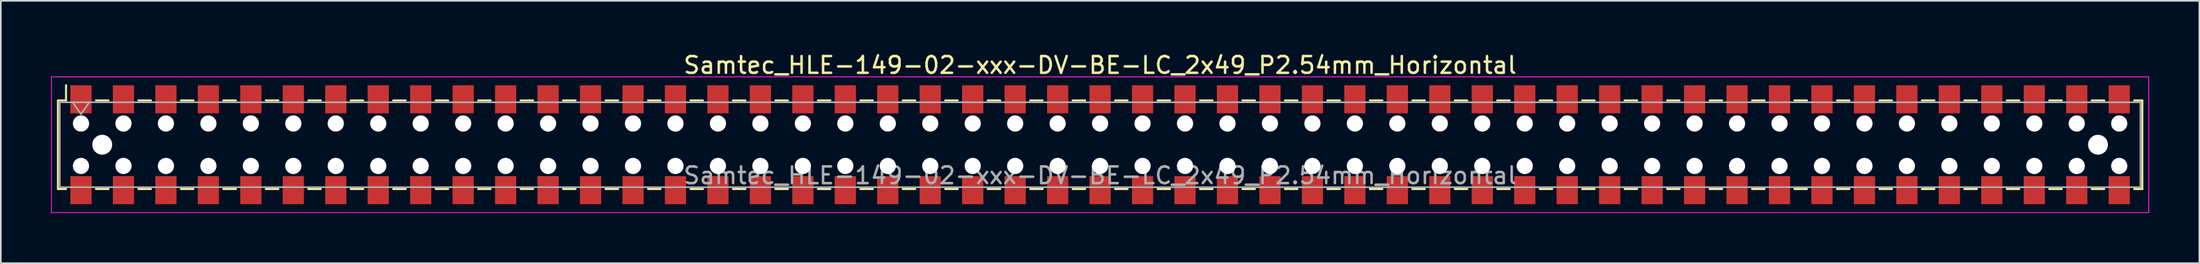
<source format=kicad_pcb>
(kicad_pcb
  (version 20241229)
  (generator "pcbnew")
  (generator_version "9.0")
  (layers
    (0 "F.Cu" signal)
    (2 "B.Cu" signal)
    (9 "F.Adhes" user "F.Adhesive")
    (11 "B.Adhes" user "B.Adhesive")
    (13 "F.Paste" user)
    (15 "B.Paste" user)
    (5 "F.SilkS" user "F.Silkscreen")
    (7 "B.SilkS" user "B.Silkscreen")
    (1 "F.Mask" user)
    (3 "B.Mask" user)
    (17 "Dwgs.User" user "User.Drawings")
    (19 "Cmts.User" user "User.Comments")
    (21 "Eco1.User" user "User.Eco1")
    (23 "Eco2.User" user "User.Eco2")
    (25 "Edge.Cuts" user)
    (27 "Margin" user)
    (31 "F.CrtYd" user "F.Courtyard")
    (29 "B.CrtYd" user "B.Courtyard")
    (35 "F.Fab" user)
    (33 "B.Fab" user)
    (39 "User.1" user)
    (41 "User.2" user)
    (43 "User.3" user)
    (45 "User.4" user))
  (footprint "Samtec_HLE-149-02-xxx-DV-BE-LC_2x49_P2.54mm_Horizontal"
    (layer "F.Cu")
    (at 62.755 5.608)
    (property "Reference" "Samtec_HLE-149-02-xxx-DV-BE-LC_2x49_P2.54mm_Horizontal" (at 0 -4.76 0) (layer "F.SilkS") (effects (font (size 1 1) (thickness 0.15))))
    (attr smd)
    (fp_line (start -62.34 -2.65) (end -62.34 2.65) (stroke (width 0.12) (type solid)) (layer "F.SilkS"))
    (fp_line (start -62.34 2.65) (end -61.855 2.65) (stroke (width 0.12) (type solid)) (layer "F.SilkS"))
    (fp_line (start -61.855 -3.56) (end -61.855 -2.65) (stroke (width 0.12) (type solid)) (layer "F.SilkS"))
    (fp_line (start -61.855 -2.65) (end -62.34 -2.65) (stroke (width 0.12) (type solid)) (layer "F.SilkS"))
    (fp_line (start -60.065 -2.65) (end -59.315 -2.65) (stroke (width 0.12) (type solid)) (layer "F.SilkS"))
    (fp_line (start -60.065 2.65) (end -59.315 2.65) (stroke (width 0.12) (type solid)) (layer "F.SilkS"))
    (fp_line (start -57.525 -2.65) (end -56.775 -2.65) (stroke (width 0.12) (type solid)) (layer "F.SilkS"))
    (fp_line (start -57.525 2.65) (end -56.775 2.65) (stroke (width 0.12) (type solid)) (layer "F.SilkS"))
    (fp_line (start -54.985 -2.65) (end -54.235 -2.65) (stroke (width 0.12) (type solid)) (layer "F.SilkS"))
    (fp_line (start -54.985 2.65) (end -54.235 2.65) (stroke (width 0.12) (type solid)) (layer "F.SilkS"))
    (fp_line (start -52.445 -2.65) (end -51.695 -2.65) (stroke (width 0.12) (type solid)) (layer "F.SilkS"))
    (fp_line (start -52.445 2.65) (end -51.695 2.65) (stroke (width 0.12) (type solid)) (layer "F.SilkS"))
    (fp_line (start -49.905 -2.65) (end -49.155 -2.65) (stroke (width 0.12) (type solid)) (layer "F.SilkS"))
    (fp_line (start -49.905 2.65) (end -49.155 2.65) (stroke (width 0.12) (type solid)) (layer "F.SilkS"))
    (fp_line (start -47.365 -2.65) (end -46.615 -2.65) (stroke (width 0.12) (type solid)) (layer "F.SilkS"))
    (fp_line (start -47.365 2.65) (end -46.615 2.65) (stroke (width 0.12) (type solid)) (layer "F.SilkS"))
    (fp_line (start -44.825 -2.65) (end -44.075 -2.65) (stroke (width 0.12) (type solid)) (layer "F.SilkS"))
    (fp_line (start -44.825 2.65) (end -44.075 2.65) (stroke (width 0.12) (type solid)) (layer "F.SilkS"))
    (fp_line (start -42.285 -2.65) (end -41.535 -2.65) (stroke (width 0.12) (type solid)) (layer "F.SilkS"))
    (fp_line (start -42.285 2.65) (end -41.535 2.65) (stroke (width 0.12) (type solid)) (layer "F.SilkS"))
    (fp_line (start -39.745 -2.65) (end -38.995 -2.65) (stroke (width 0.12) (type solid)) (layer "F.SilkS"))
    (fp_line (start -39.745 2.65) (end -38.995 2.65) (stroke (width 0.12) (type solid)) (layer "F.SilkS"))
    (fp_line (start -37.205 -2.65) (end -36.455 -2.65) (stroke (width 0.12) (type solid)) (layer "F.SilkS"))
    (fp_line (start -37.205 2.65) (end -36.455 2.65) (stroke (width 0.12) (type solid)) (layer "F.SilkS"))
    (fp_line (start -34.665 -2.65) (end -33.915 -2.65) (stroke (width 0.12) (type solid)) (layer "F.SilkS"))
    (fp_line (start -34.665 2.65) (end -33.915 2.65) (stroke (width 0.12) (type solid)) (layer "F.SilkS"))
    (fp_line (start -32.125 -2.65) (end -31.375 -2.65) (stroke (width 0.12) (type solid)) (layer "F.SilkS"))
    (fp_line (start -32.125 2.65) (end -31.375 2.65) (stroke (width 0.12) (type solid)) (layer "F.SilkS"))
    (fp_line (start -29.585 -2.65) (end -28.835 -2.65) (stroke (width 0.12) (type solid)) (layer "F.SilkS"))
    (fp_line (start -29.585 2.65) (end -28.835 2.65) (stroke (width 0.12) (type solid)) (layer "F.SilkS"))
    (fp_line (start -27.045 -2.65) (end -26.295 -2.65) (stroke (width 0.12) (type solid)) (layer "F.SilkS"))
    (fp_line (start -27.045 2.65) (end -26.295 2.65) (stroke (width 0.12) (type solid)) (layer "F.SilkS"))
    (fp_line (start -24.505 -2.65) (end -23.755 -2.65) (stroke (width 0.12) (type solid)) (layer "F.SilkS"))
    (fp_line (start -24.505 2.65) (end -23.755 2.65) (stroke (width 0.12) (type solid)) (layer "F.SilkS"))
    (fp_line (start -21.965 -2.65) (end -21.215 -2.65) (stroke (width 0.12) (type solid)) (layer "F.SilkS"))
    (fp_line (start -21.965 2.65) (end -21.215 2.65) (stroke (width 0.12) (type solid)) (layer "F.SilkS"))
    (fp_line (start -19.425 -2.65) (end -18.675 -2.65) (stroke (width 0.12) (type solid)) (layer "F.SilkS"))
    (fp_line (start -19.425 2.65) (end -18.675 2.65) (stroke (width 0.12) (type solid)) (layer "F.SilkS"))
    (fp_line (start -16.885 -2.65) (end -16.135 -2.65) (stroke (width 0.12) (type solid)) (layer "F.SilkS"))
    (fp_line (start -16.885 2.65) (end -16.135 2.65) (stroke (width 0.12) (type solid)) (layer "F.SilkS"))
    (fp_line (start -14.345 -2.65) (end -13.595 -2.65) (stroke (width 0.12) (type solid)) (layer "F.SilkS"))
    (fp_line (start -14.345 2.65) (end -13.595 2.65) (stroke (width 0.12) (type solid)) (layer "F.SilkS"))
    (fp_line (start -11.805 -2.65) (end -11.055 -2.65) (stroke (width 0.12) (type solid)) (layer "F.SilkS"))
    (fp_line (start -11.805 2.65) (end -11.055 2.65) (stroke (width 0.12) (type solid)) (layer "F.SilkS"))
    (fp_line (start -9.265 -2.65) (end -8.515 -2.65) (stroke (width 0.12) (type solid)) (layer "F.SilkS"))
    (fp_line (start -9.265 2.65) (end -8.515 2.65) (stroke (width 0.12) (type solid)) (layer "F.SilkS"))
    (fp_line (start -6.725 -2.65) (end -5.975 -2.65) (stroke (width 0.12) (type solid)) (layer "F.SilkS"))
    (fp_line (start -6.725 2.65) (end -5.975 2.65) (stroke (width 0.12) (type solid)) (layer "F.SilkS"))
    (fp_line (start -4.185 -2.65) (end -3.435 -2.65) (stroke (width 0.12) (type solid)) (layer "F.SilkS"))
    (fp_line (start -4.185 2.65) (end -3.435 2.65) (stroke (width 0.12) (type solid)) (layer "F.SilkS"))
    (fp_line (start -1.645 -2.65) (end -0.895 -2.65) (stroke (width 0.12) (type solid)) (layer "F.SilkS"))
    (fp_line (start -1.645 2.65) (end -0.895 2.65) (stroke (width 0.12) (type solid)) (layer "F.SilkS"))
    (fp_line (start 0.895 -2.65) (end 1.645 -2.65) (stroke (width 0.12) (type solid)) (layer "F.SilkS"))
    (fp_line (start 0.895 2.65) (end 1.645 2.65) (stroke (width 0.12) (type solid)) (layer "F.SilkS"))
    (fp_line (start 3.435 -2.65) (end 4.185 -2.65) (stroke (width 0.12) (type solid)) (layer "F.SilkS"))
    (fp_line (start 3.435 2.65) (end 4.185 2.65) (stroke (width 0.12) (type solid)) (layer "F.SilkS"))
    (fp_line (start 5.975 -2.65) (end 6.725 -2.65) (stroke (width 0.12) (type solid)) (layer "F.SilkS"))
    (fp_line (start 5.975 2.65) (end 6.725 2.65) (stroke (width 0.12) (type solid)) (layer "F.SilkS"))
    (fp_line (start 8.515 -2.65) (end 9.265 -2.65) (stroke (width 0.12) (type solid)) (layer "F.SilkS"))
    (fp_line (start 8.515 2.65) (end 9.265 2.65) (stroke (width 0.12) (type solid)) (layer "F.SilkS"))
    (fp_line (start 11.055 -2.65) (end 11.805 -2.65) (stroke (width 0.12) (type solid)) (layer "F.SilkS"))
    (fp_line (start 11.055 2.65) (end 11.805 2.65) (stroke (width 0.12) (type solid)) (layer "F.SilkS"))
    (fp_line (start 13.595 -2.65) (end 14.345 -2.65) (stroke (width 0.12) (type solid)) (layer "F.SilkS"))
    (fp_line (start 13.595 2.65) (end 14.345 2.65) (stroke (width 0.12) (type solid)) (layer "F.SilkS"))
    (fp_line (start 16.135 -2.65) (end 16.885 -2.65) (stroke (width 0.12) (type solid)) (layer "F.SilkS"))
    (fp_line (start 16.135 2.65) (end 16.885 2.65) (stroke (width 0.12) (type solid)) (layer "F.SilkS"))
    (fp_line (start 18.675 -2.65) (end 19.425 -2.65) (stroke (width 0.12) (type solid)) (layer "F.SilkS"))
    (fp_line (start 18.675 2.65) (end 19.425 2.65) (stroke (width 0.12) (type solid)) (layer "F.SilkS"))
    (fp_line (start 21.215 -2.65) (end 21.965 -2.65) (stroke (width 0.12) (type solid)) (layer "F.SilkS"))
    (fp_line (start 21.215 2.65) (end 21.965 2.65) (stroke (width 0.12) (type solid)) (layer "F.SilkS"))
    (fp_line (start 23.755 -2.65) (end 24.505 -2.65) (stroke (width 0.12) (type solid)) (layer "F.SilkS"))
    (fp_line (start 23.755 2.65) (end 24.505 2.65) (stroke (width 0.12) (type solid)) (layer "F.SilkS"))
    (fp_line (start 26.295 -2.65) (end 27.045 -2.65) (stroke (width 0.12) (type solid)) (layer "F.SilkS"))
    (fp_line (start 26.295 2.65) (end 27.045 2.65) (stroke (width 0.12) (type solid)) (layer "F.SilkS"))
    (fp_line (start 28.835 -2.65) (end 29.585 -2.65) (stroke (width 0.12) (type solid)) (layer "F.SilkS"))
    (fp_line (start 28.835 2.65) (end 29.585 2.65) (stroke (width 0.12) (type solid)) (layer "F.SilkS"))
    (fp_line (start 31.375 -2.65) (end 32.125 -2.65) (stroke (width 0.12) (type solid)) (layer "F.SilkS"))
    (fp_line (start 31.375 2.65) (end 32.125 2.65) (stroke (width 0.12) (type solid)) (layer "F.SilkS"))
    (fp_line (start 33.915 -2.65) (end 34.665 -2.65) (stroke (width 0.12) (type solid)) (layer "F.SilkS"))
    (fp_line (start 33.915 2.65) (end 34.665 2.65) (stroke (width 0.12) (type solid)) (layer "F.SilkS"))
    (fp_line (start 36.455 -2.65) (end 37.205 -2.65) (stroke (width 0.12) (type solid)) (layer "F.SilkS"))
    (fp_line (start 36.455 2.65) (end 37.205 2.65) (stroke (width 0.12) (type solid)) (layer "F.SilkS"))
    (fp_line (start 38.995 -2.65) (end 39.745 -2.65) (stroke (width 0.12) (type solid)) (layer "F.SilkS"))
    (fp_line (start 38.995 2.65) (end 39.745 2.65) (stroke (width 0.12) (type solid)) (layer "F.SilkS"))
    (fp_line (start 41.535 -2.65) (end 42.285 -2.65) (stroke (width 0.12) (type solid)) (layer "F.SilkS"))
    (fp_line (start 41.535 2.65) (end 42.285 2.65) (stroke (width 0.12) (type solid)) (layer "F.SilkS"))
    (fp_line (start 44.075 -2.65) (end 44.825 -2.65) (stroke (width 0.12) (type solid)) (layer "F.SilkS"))
    (fp_line (start 44.075 2.65) (end 44.825 2.65) (stroke (width 0.12) (type solid)) (layer "F.SilkS"))
    (fp_line (start 46.615 -2.65) (end 47.365 -2.65) (stroke (width 0.12) (type solid)) (layer "F.SilkS"))
    (fp_line (start 46.615 2.65) (end 47.365 2.65) (stroke (width 0.12) (type solid)) (layer "F.SilkS"))
    (fp_line (start 49.155 -2.65) (end 49.905 -2.65) (stroke (width 0.12) (type solid)) (layer "F.SilkS"))
    (fp_line (start 49.155 2.65) (end 49.905 2.65) (stroke (width 0.12) (type solid)) (layer "F.SilkS"))
    (fp_line (start 51.695 -2.65) (end 52.445 -2.65) (stroke (width 0.12) (type solid)) (layer "F.SilkS"))
    (fp_line (start 51.695 2.65) (end 52.445 2.65) (stroke (width 0.12) (type solid)) (layer "F.SilkS"))
    (fp_line (start 54.235 -2.65) (end 54.985 -2.65) (stroke (width 0.12) (type solid)) (layer "F.SilkS"))
    (fp_line (start 54.235 2.65) (end 54.985 2.65) (stroke (width 0.12) (type solid)) (layer "F.SilkS"))
    (fp_line (start 56.775 -2.65) (end 57.525 -2.65) (stroke (width 0.12) (type solid)) (layer "F.SilkS"))
    (fp_line (start 56.775 2.65) (end 57.525 2.65) (stroke (width 0.12) (type solid)) (layer "F.SilkS"))
    (fp_line (start 59.315 -2.65) (end 60.065 -2.65) (stroke (width 0.12) (type solid)) (layer "F.SilkS"))
    (fp_line (start 59.315 2.65) (end 60.065 2.65) (stroke (width 0.12) (type solid)) (layer "F.SilkS"))
    (fp_line (start 61.855 -2.65) (end 62.34 -2.65) (stroke (width 0.12) (type solid)) (layer "F.SilkS"))
    (fp_line (start 62.34 -2.65) (end 62.34 2.65) (stroke (width 0.12) (type solid)) (layer "F.SilkS"))
    (fp_line (start 62.34 2.65) (end 61.855 2.65) (stroke (width 0.12) (type solid)) (layer "F.SilkS"))
    (fp_line (start -62.73 -4.06) (end 62.73 -4.06) (stroke (width 0.05) (type solid)) (layer "F.CrtYd"))
    (fp_line (start -62.73 4.06) (end -62.73 -4.06) (stroke (width 0.05) (type solid)) (layer "F.CrtYd"))
    (fp_line (start 62.73 -4.06) (end 62.73 4.06) (stroke (width 0.05) (type solid)) (layer "F.CrtYd"))
    (fp_line (start 62.73 4.06) (end -62.73 4.06) (stroke (width 0.05) (type solid)) (layer "F.CrtYd"))
    (fp_line (start -62.23 -2.54) (end 62.23 -2.54) (stroke (width 0.1) (type solid)) (layer "F.Fab"))
    (fp_line (start -62.23 2.54) (end -62.23 -2.54) (stroke (width 0.1) (type solid)) (layer "F.Fab"))
    (fp_line (start -61.46 -2.54) (end -60.96 -1.833) (stroke (width 0.1) (type solid)) (layer "F.Fab"))
    (fp_line (start -60.96 -1.833) (end -60.46 -2.54) (stroke (width 0.1) (type solid)) (layer "F.Fab"))
    (fp_line (start 62.23 -2.54) (end 62.23 2.54) (stroke (width 0.1) (type solid)) (layer "F.Fab"))
    (fp_line (start 62.23 2.54) (end -62.23 2.54) (stroke (width 0.1) (type solid)) (layer "F.Fab"))
    (fp_text user "${REFERENCE}" (at 0 1.84 0) (layer "F.Fab") (effects (font (size 1 1) (thickness 0.15))))
    (pad "" np_thru_hole circle (at -60.96 -1.27) (size 0.97 0.97) (drill 0.97) (layers "*.Cu" "*.Mask"))
    (pad "" np_thru_hole circle (at -60.96 1.27) (size 0.97 0.97) (drill 0.97) (layers "*.Cu" "*.Mask"))
    (pad "" np_thru_hole circle (at -59.69 0) (size 1.19 1.19) (drill 1.19) (layers "*.Cu" "*.Mask"))
    (pad "" np_thru_hole circle (at -58.42 -1.27) (size 0.97 0.97) (drill 0.97) (layers "*.Cu" "*.Mask"))
    (pad "" np_thru_hole circle (at -58.42 1.27) (size 0.97 0.97) (drill 0.97) (layers "*.Cu" "*.Mask"))
    (pad "" np_thru_hole circle (at -55.88 -1.27) (size 0.97 0.97) (drill 0.97) (layers "*.Cu" "*.Mask"))
    (pad "" np_thru_hole circle (at -55.88 1.27) (size 0.97 0.97) (drill 0.97) (layers "*.Cu" "*.Mask"))
    (pad "" np_thru_hole circle (at -53.34 -1.27) (size 0.97 0.97) (drill 0.97) (layers "*.Cu" "*.Mask"))
    (pad "" np_thru_hole circle (at -53.34 1.27) (size 0.97 0.97) (drill 0.97) (layers "*.Cu" "*.Mask"))
    (pad "" np_thru_hole circle (at -50.8 -1.27) (size 0.97 0.97) (drill 0.97) (layers "*.Cu" "*.Mask"))
    (pad "" np_thru_hole circle (at -50.8 1.27) (size 0.97 0.97) (drill 0.97) (layers "*.Cu" "*.Mask"))
    (pad "" np_thru_hole circle (at -48.26 -1.27) (size 0.97 0.97) (drill 0.97) (layers "*.Cu" "*.Mask"))
    (pad "" np_thru_hole circle (at -48.26 1.27) (size 0.97 0.97) (drill 0.97) (layers "*.Cu" "*.Mask"))
    (pad "" np_thru_hole circle (at -45.72 -1.27) (size 0.97 0.97) (drill 0.97) (layers "*.Cu" "*.Mask"))
    (pad "" np_thru_hole circle (at -45.72 1.27) (size 0.97 0.97) (drill 0.97) (layers "*.Cu" "*.Mask"))
    (pad "" np_thru_hole circle (at -43.18 -1.27) (size 0.97 0.97) (drill 0.97) (layers "*.Cu" "*.Mask"))
    (pad "" np_thru_hole circle (at -43.18 1.27) (size 0.97 0.97) (drill 0.97) (layers "*.Cu" "*.Mask"))
    (pad "" np_thru_hole circle (at -40.64 -1.27) (size 0.97 0.97) (drill 0.97) (layers "*.Cu" "*.Mask"))
    (pad "" np_thru_hole circle (at -40.64 1.27) (size 0.97 0.97) (drill 0.97) (layers "*.Cu" "*.Mask"))
    (pad "" np_thru_hole circle (at -38.1 -1.27) (size 0.97 0.97) (drill 0.97) (layers "*.Cu" "*.Mask"))
    (pad "" np_thru_hole circle (at -38.1 1.27) (size 0.97 0.97) (drill 0.97) (layers "*.Cu" "*.Mask"))
    (pad "" np_thru_hole circle (at -35.56 -1.27) (size 0.97 0.97) (drill 0.97) (layers "*.Cu" "*.Mask"))
    (pad "" np_thru_hole circle (at -35.56 1.27) (size 0.97 0.97) (drill 0.97) (layers "*.Cu" "*.Mask"))
    (pad "" np_thru_hole circle (at -33.02 -1.27) (size 0.97 0.97) (drill 0.97) (layers "*.Cu" "*.Mask"))
    (pad "" np_thru_hole circle (at -33.02 1.27) (size 0.97 0.97) (drill 0.97) (layers "*.Cu" "*.Mask"))
    (pad "" np_thru_hole circle (at -30.48 -1.27) (size 0.97 0.97) (drill 0.97) (layers "*.Cu" "*.Mask"))
    (pad "" np_thru_hole circle (at -30.48 1.27) (size 0.97 0.97) (drill 0.97) (layers "*.Cu" "*.Mask"))
    (pad "" np_thru_hole circle (at -27.94 -1.27) (size 0.97 0.97) (drill 0.97) (layers "*.Cu" "*.Mask"))
    (pad "" np_thru_hole circle (at -27.94 1.27) (size 0.97 0.97) (drill 0.97) (layers "*.Cu" "*.Mask"))
    (pad "" np_thru_hole circle (at -25.4 -1.27) (size 0.97 0.97) (drill 0.97) (layers "*.Cu" "*.Mask"))
    (pad "" np_thru_hole circle (at -25.4 1.27) (size 0.97 0.97) (drill 0.97) (layers "*.Cu" "*.Mask"))
    (pad "" np_thru_hole circle (at -22.86 -1.27) (size 0.97 0.97) (drill 0.97) (layers "*.Cu" "*.Mask"))
    (pad "" np_thru_hole circle (at -22.86 1.27) (size 0.97 0.97) (drill 0.97) (layers "*.Cu" "*.Mask"))
    (pad "" np_thru_hole circle (at -20.32 -1.27) (size 0.97 0.97) (drill 0.97) (layers "*.Cu" "*.Mask"))
    (pad "" np_thru_hole circle (at -20.32 1.27) (size 0.97 0.97) (drill 0.97) (layers "*.Cu" "*.Mask"))
    (pad "" np_thru_hole circle (at -17.78 -1.27) (size 0.97 0.97) (drill 0.97) (layers "*.Cu" "*.Mask"))
    (pad "" np_thru_hole circle (at -17.78 1.27) (size 0.97 0.97) (drill 0.97) (layers "*.Cu" "*.Mask"))
    (pad "" np_thru_hole circle (at -15.24 -1.27) (size 0.97 0.97) (drill 0.97) (layers "*.Cu" "*.Mask"))
    (pad "" np_thru_hole circle (at -15.24 1.27) (size 0.97 0.97) (drill 0.97) (layers "*.Cu" "*.Mask"))
    (pad "" np_thru_hole circle (at -12.7 -1.27) (size 0.97 0.97) (drill 0.97) (layers "*.Cu" "*.Mask"))
    (pad "" np_thru_hole circle (at -12.7 1.27) (size 0.97 0.97) (drill 0.97) (layers "*.Cu" "*.Mask"))
    (pad "" np_thru_hole circle (at -10.16 -1.27) (size 0.97 0.97) (drill 0.97) (layers "*.Cu" "*.Mask"))
    (pad "" np_thru_hole circle (at -10.16 1.27) (size 0.97 0.97) (drill 0.97) (layers "*.Cu" "*.Mask"))
    (pad "" np_thru_hole circle (at -7.62 -1.27) (size 0.97 0.97) (drill 0.97) (layers "*.Cu" "*.Mask"))
    (pad "" np_thru_hole circle (at -7.62 1.27) (size 0.97 0.97) (drill 0.97) (layers "*.Cu" "*.Mask"))
    (pad "" np_thru_hole circle (at -5.08 -1.27) (size 0.97 0.97) (drill 0.97) (layers "*.Cu" "*.Mask"))
    (pad "" np_thru_hole circle (at -5.08 1.27) (size 0.97 0.97) (drill 0.97) (layers "*.Cu" "*.Mask"))
    (pad "" np_thru_hole circle (at -2.54 -1.27) (size 0.97 0.97) (drill 0.97) (layers "*.Cu" "*.Mask"))
    (pad "" np_thru_hole circle (at -2.54 1.27) (size 0.97 0.97) (drill 0.97) (layers "*.Cu" "*.Mask"))
    (pad "" np_thru_hole circle (at 0 -1.27) (size 0.97 0.97) (drill 0.97) (layers "*.Cu" "*.Mask"))
    (pad "" np_thru_hole circle (at 0 1.27) (size 0.97 0.97) (drill 0.97) (layers "*.Cu" "*.Mask"))
    (pad "" np_thru_hole circle (at 2.54 -1.27) (size 0.97 0.97) (drill 0.97) (layers "*.Cu" "*.Mask"))
    (pad "" np_thru_hole circle (at 2.54 1.27) (size 0.97 0.97) (drill 0.97) (layers "*.Cu" "*.Mask"))
    (pad "" np_thru_hole circle (at 5.08 -1.27) (size 0.97 0.97) (drill 0.97) (layers "*.Cu" "*.Mask"))
    (pad "" np_thru_hole circle (at 5.08 1.27) (size 0.97 0.97) (drill 0.97) (layers "*.Cu" "*.Mask"))
    (pad "" np_thru_hole circle (at 7.62 -1.27) (size 0.97 0.97) (drill 0.97) (layers "*.Cu" "*.Mask"))
    (pad "" np_thru_hole circle (at 7.62 1.27) (size 0.97 0.97) (drill 0.97) (layers "*.Cu" "*.Mask"))
    (pad "" np_thru_hole circle (at 10.16 -1.27) (size 0.97 0.97) (drill 0.97) (layers "*.Cu" "*.Mask"))
    (pad "" np_thru_hole circle (at 10.16 1.27) (size 0.97 0.97) (drill 0.97) (layers "*.Cu" "*.Mask"))
    (pad "" np_thru_hole circle (at 12.7 -1.27) (size 0.97 0.97) (drill 0.97) (layers "*.Cu" "*.Mask"))
    (pad "" np_thru_hole circle (at 12.7 1.27) (size 0.97 0.97) (drill 0.97) (layers "*.Cu" "*.Mask"))
    (pad "" np_thru_hole circle (at 15.24 -1.27) (size 0.97 0.97) (drill 0.97) (layers "*.Cu" "*.Mask"))
    (pad "" np_thru_hole circle (at 15.24 1.27) (size 0.97 0.97) (drill 0.97) (layers "*.Cu" "*.Mask"))
    (pad "" np_thru_hole circle (at 17.78 -1.27) (size 0.97 0.97) (drill 0.97) (layers "*.Cu" "*.Mask"))
    (pad "" np_thru_hole circle (at 17.78 1.27) (size 0.97 0.97) (drill 0.97) (layers "*.Cu" "*.Mask"))
    (pad "" np_thru_hole circle (at 20.32 -1.27) (size 0.97 0.97) (drill 0.97) (layers "*.Cu" "*.Mask"))
    (pad "" np_thru_hole circle (at 20.32 1.27) (size 0.97 0.97) (drill 0.97) (layers "*.Cu" "*.Mask"))
    (pad "" np_thru_hole circle (at 22.86 -1.27) (size 0.97 0.97) (drill 0.97) (layers "*.Cu" "*.Mask"))
    (pad "" np_thru_hole circle (at 22.86 1.27) (size 0.97 0.97) (drill 0.97) (layers "*.Cu" "*.Mask"))
    (pad "" np_thru_hole circle (at 25.4 -1.27) (size 0.97 0.97) (drill 0.97) (layers "*.Cu" "*.Mask"))
    (pad "" np_thru_hole circle (at 25.4 1.27) (size 0.97 0.97) (drill 0.97) (layers "*.Cu" "*.Mask"))
    (pad "" np_thru_hole circle (at 27.94 -1.27) (size 0.97 0.97) (drill 0.97) (layers "*.Cu" "*.Mask"))
    (pad "" np_thru_hole circle (at 27.94 1.27) (size 0.97 0.97) (drill 0.97) (layers "*.Cu" "*.Mask"))
    (pad "" np_thru_hole circle (at 30.48 -1.27) (size 0.97 0.97) (drill 0.97) (layers "*.Cu" "*.Mask"))
    (pad "" np_thru_hole circle (at 30.48 1.27) (size 0.97 0.97) (drill 0.97) (layers "*.Cu" "*.Mask"))
    (pad "" np_thru_hole circle (at 33.02 -1.27) (size 0.97 0.97) (drill 0.97) (layers "*.Cu" "*.Mask"))
    (pad "" np_thru_hole circle (at 33.02 1.27) (size 0.97 0.97) (drill 0.97) (layers "*.Cu" "*.Mask"))
    (pad "" np_thru_hole circle (at 35.56 -1.27) (size 0.97 0.97) (drill 0.97) (layers "*.Cu" "*.Mask"))
    (pad "" np_thru_hole circle (at 35.56 1.27) (size 0.97 0.97) (drill 0.97) (layers "*.Cu" "*.Mask"))
    (pad "" np_thru_hole circle (at 38.1 -1.27) (size 0.97 0.97) (drill 0.97) (layers "*.Cu" "*.Mask"))
    (pad "" np_thru_hole circle (at 38.1 1.27) (size 0.97 0.97) (drill 0.97) (layers "*.Cu" "*.Mask"))
    (pad "" np_thru_hole circle (at 40.64 -1.27) (size 0.97 0.97) (drill 0.97) (layers "*.Cu" "*.Mask"))
    (pad "" np_thru_hole circle (at 40.64 1.27) (size 0.97 0.97) (drill 0.97) (layers "*.Cu" "*.Mask"))
    (pad "" np_thru_hole circle (at 43.18 -1.27) (size 0.97 0.97) (drill 0.97) (layers "*.Cu" "*.Mask"))
    (pad "" np_thru_hole circle (at 43.18 1.27) (size 0.97 0.97) (drill 0.97) (layers "*.Cu" "*.Mask"))
    (pad "" np_thru_hole circle (at 45.72 -1.27) (size 0.97 0.97) (drill 0.97) (layers "*.Cu" "*.Mask"))
    (pad "" np_thru_hole circle (at 45.72 1.27) (size 0.97 0.97) (drill 0.97) (layers "*.Cu" "*.Mask"))
    (pad "" np_thru_hole circle (at 48.26 -1.27) (size 0.97 0.97) (drill 0.97) (layers "*.Cu" "*.Mask"))
    (pad "" np_thru_hole circle (at 48.26 1.27) (size 0.97 0.97) (drill 0.97) (layers "*.Cu" "*.Mask"))
    (pad "" np_thru_hole circle (at 50.8 -1.27) (size 0.97 0.97) (drill 0.97) (layers "*.Cu" "*.Mask"))
    (pad "" np_thru_hole circle (at 50.8 1.27) (size 0.97 0.97) (drill 0.97) (layers "*.Cu" "*.Mask"))
    (pad "" np_thru_hole circle (at 53.34 -1.27) (size 0.97 0.97) (drill 0.97) (layers "*.Cu" "*.Mask"))
    (pad "" np_thru_hole circle (at 53.34 1.27) (size 0.97 0.97) (drill 0.97) (layers "*.Cu" "*.Mask"))
    (pad "" np_thru_hole circle (at 55.88 -1.27) (size 0.97 0.97) (drill 0.97) (layers "*.Cu" "*.Mask"))
    (pad "" np_thru_hole circle (at 55.88 1.27) (size 0.97 0.97) (drill 0.97) (layers "*.Cu" "*.Mask"))
    (pad "" np_thru_hole circle (at 58.42 -1.27) (size 0.97 0.97) (drill 0.97) (layers "*.Cu" "*.Mask"))
    (pad "" np_thru_hole circle (at 58.42 1.27) (size 0.97 0.97) (drill 0.97) (layers "*.Cu" "*.Mask"))
    (pad "" np_thru_hole circle (at 59.69 0) (size 1.19 1.19) (drill 1.19) (layers "*.Cu" "*.Mask"))
    (pad "" np_thru_hole circle (at 60.96 -1.27) (size 0.97 0.97) (drill 0.97) (layers "*.Cu" "*.Mask"))
    (pad "" np_thru_hole circle (at 60.96 1.27) (size 0.97 0.97) (drill 0.97) (layers "*.Cu" "*.Mask"))
    (pad "1" smd rect (at -60.96 -2.72) (size 1.27 1.68) (layers "F.Cu" "F.Mask" "F.Paste"))
    (pad "2" smd rect (at -60.96 2.72) (size 1.27 1.68) (layers "F.Cu" "F.Mask" "F.Paste"))
    (pad "3" smd rect (at -58.42 -2.72) (size 1.27 1.68) (layers "F.Cu" "F.Mask" "F.Paste"))
    (pad "4" smd rect (at -58.42 2.72) (size 1.27 1.68) (layers "F.Cu" "F.Mask" "F.Paste"))
    (pad "5" smd rect (at -55.88 -2.72) (size 1.27 1.68) (layers "F.Cu" "F.Mask" "F.Paste"))
    (pad "6" smd rect (at -55.88 2.72) (size 1.27 1.68) (layers "F.Cu" "F.Mask" "F.Paste"))
    (pad "7" smd rect (at -53.34 -2.72) (size 1.27 1.68) (layers "F.Cu" "F.Mask" "F.Paste"))
    (pad "8" smd rect (at -53.34 2.72) (size 1.27 1.68) (layers "F.Cu" "F.Mask" "F.Paste"))
    (pad "9" smd rect (at -50.8 -2.72) (size 1.27 1.68) (layers "F.Cu" "F.Mask" "F.Paste"))
    (pad "10" smd rect (at -50.8 2.72) (size 1.27 1.68) (layers "F.Cu" "F.Mask" "F.Paste"))
    (pad "11" smd rect (at -48.26 -2.72) (size 1.27 1.68) (layers "F.Cu" "F.Mask" "F.Paste"))
    (pad "12" smd rect (at -48.26 2.72) (size 1.27 1.68) (layers "F.Cu" "F.Mask" "F.Paste"))
    (pad "13" smd rect (at -45.72 -2.72) (size 1.27 1.68) (layers "F.Cu" "F.Mask" "F.Paste"))
    (pad "14" smd rect (at -45.72 2.72) (size 1.27 1.68) (layers "F.Cu" "F.Mask" "F.Paste"))
    (pad "15" smd rect (at -43.18 -2.72) (size 1.27 1.68) (layers "F.Cu" "F.Mask" "F.Paste"))
    (pad "16" smd rect (at -43.18 2.72) (size 1.27 1.68) (layers "F.Cu" "F.Mask" "F.Paste"))
    (pad "17" smd rect (at -40.64 -2.72) (size 1.27 1.68) (layers "F.Cu" "F.Mask" "F.Paste"))
    (pad "18" smd rect (at -40.64 2.72) (size 1.27 1.68) (layers "F.Cu" "F.Mask" "F.Paste"))
    (pad "19" smd rect (at -38.1 -2.72) (size 1.27 1.68) (layers "F.Cu" "F.Mask" "F.Paste"))
    (pad "20" smd rect (at -38.1 2.72) (size 1.27 1.68) (layers "F.Cu" "F.Mask" "F.Paste"))
    (pad "21" smd rect (at -35.56 -2.72) (size 1.27 1.68) (layers "F.Cu" "F.Mask" "F.Paste"))
    (pad "22" smd rect (at -35.56 2.72) (size 1.27 1.68) (layers "F.Cu" "F.Mask" "F.Paste"))
    (pad "23" smd rect (at -33.02 -2.72) (size 1.27 1.68) (layers "F.Cu" "F.Mask" "F.Paste"))
    (pad "24" smd rect (at -33.02 2.72) (size 1.27 1.68) (layers "F.Cu" "F.Mask" "F.Paste"))
    (pad "25" smd rect (at -30.48 -2.72) (size 1.27 1.68) (layers "F.Cu" "F.Mask" "F.Paste"))
    (pad "26" smd rect (at -30.48 2.72) (size 1.27 1.68) (layers "F.Cu" "F.Mask" "F.Paste"))
    (pad "27" smd rect (at -27.94 -2.72) (size 1.27 1.68) (layers "F.Cu" "F.Mask" "F.Paste"))
    (pad "28" smd rect (at -27.94 2.72) (size 1.27 1.68) (layers "F.Cu" "F.Mask" "F.Paste"))
    (pad "29" smd rect (at -25.4 -2.72) (size 1.27 1.68) (layers "F.Cu" "F.Mask" "F.Paste"))
    (pad "30" smd rect (at -25.4 2.72) (size 1.27 1.68) (layers "F.Cu" "F.Mask" "F.Paste"))
    (pad "31" smd rect (at -22.86 -2.72) (size 1.27 1.68) (layers "F.Cu" "F.Mask" "F.Paste"))
    (pad "32" smd rect (at -22.86 2.72) (size 1.27 1.68) (layers "F.Cu" "F.Mask" "F.Paste"))
    (pad "33" smd rect (at -20.32 -2.72) (size 1.27 1.68) (layers "F.Cu" "F.Mask" "F.Paste"))
    (pad "34" smd rect (at -20.32 2.72) (size 1.27 1.68) (layers "F.Cu" "F.Mask" "F.Paste"))
    (pad "35" smd rect (at -17.78 -2.72) (size 1.27 1.68) (layers "F.Cu" "F.Mask" "F.Paste"))
    (pad "36" smd rect (at -17.78 2.72) (size 1.27 1.68) (layers "F.Cu" "F.Mask" "F.Paste"))
    (pad "37" smd rect (at -15.24 -2.72) (size 1.27 1.68) (layers "F.Cu" "F.Mask" "F.Paste"))
    (pad "38" smd rect (at -15.24 2.72) (size 1.27 1.68) (layers "F.Cu" "F.Mask" "F.Paste"))
    (pad "39" smd rect (at -12.7 -2.72) (size 1.27 1.68) (layers "F.Cu" "F.Mask" "F.Paste"))
    (pad "40" smd rect (at -12.7 2.72) (size 1.27 1.68) (layers "F.Cu" "F.Mask" "F.Paste"))
    (pad "41" smd rect (at -10.16 -2.72) (size 1.27 1.68) (layers "F.Cu" "F.Mask" "F.Paste"))
    (pad "42" smd rect (at -10.16 2.72) (size 1.27 1.68) (layers "F.Cu" "F.Mask" "F.Paste"))
    (pad "43" smd rect (at -7.62 -2.72) (size 1.27 1.68) (layers "F.Cu" "F.Mask" "F.Paste"))
    (pad "44" smd rect (at -7.62 2.72) (size 1.27 1.68) (layers "F.Cu" "F.Mask" "F.Paste"))
    (pad "45" smd rect (at -5.08 -2.72) (size 1.27 1.68) (layers "F.Cu" "F.Mask" "F.Paste"))
    (pad "46" smd rect (at -5.08 2.72) (size 1.27 1.68) (layers "F.Cu" "F.Mask" "F.Paste"))
    (pad "47" smd rect (at -2.54 -2.72) (size 1.27 1.68) (layers "F.Cu" "F.Mask" "F.Paste"))
    (pad "48" smd rect (at -2.54 2.72) (size 1.27 1.68) (layers "F.Cu" "F.Mask" "F.Paste"))
    (pad "49" smd rect (at 0 -2.72) (size 1.27 1.68) (layers "F.Cu" "F.Mask" "F.Paste"))
    (pad "50" smd rect (at 0 2.72) (size 1.27 1.68) (layers "F.Cu" "F.Mask" "F.Paste"))
    (pad "51" smd rect (at 2.54 -2.72) (size 1.27 1.68) (layers "F.Cu" "F.Mask" "F.Paste"))
    (pad "52" smd rect (at 2.54 2.72) (size 1.27 1.68) (layers "F.Cu" "F.Mask" "F.Paste"))
    (pad "53" smd rect (at 5.08 -2.72) (size 1.27 1.68) (layers "F.Cu" "F.Mask" "F.Paste"))
    (pad "54" smd rect (at 5.08 2.72) (size 1.27 1.68) (layers "F.Cu" "F.Mask" "F.Paste"))
    (pad "55" smd rect (at 7.62 -2.72) (size 1.27 1.68) (layers "F.Cu" "F.Mask" "F.Paste"))
    (pad "56" smd rect (at 7.62 2.72) (size 1.27 1.68) (layers "F.Cu" "F.Mask" "F.Paste"))
    (pad "57" smd rect (at 10.16 -2.72) (size 1.27 1.68) (layers "F.Cu" "F.Mask" "F.Paste"))
    (pad "58" smd rect (at 10.16 2.72) (size 1.27 1.68) (layers "F.Cu" "F.Mask" "F.Paste"))
    (pad "59" smd rect (at 12.7 -2.72) (size 1.27 1.68) (layers "F.Cu" "F.Mask" "F.Paste"))
    (pad "60" smd rect (at 12.7 2.72) (size 1.27 1.68) (layers "F.Cu" "F.Mask" "F.Paste"))
    (pad "61" smd rect (at 15.24 -2.72) (size 1.27 1.68) (layers "F.Cu" "F.Mask" "F.Paste"))
    (pad "62" smd rect (at 15.24 2.72) (size 1.27 1.68) (layers "F.Cu" "F.Mask" "F.Paste"))
    (pad "63" smd rect (at 17.78 -2.72) (size 1.27 1.68) (layers "F.Cu" "F.Mask" "F.Paste"))
    (pad "64" smd rect (at 17.78 2.72) (size 1.27 1.68) (layers "F.Cu" "F.Mask" "F.Paste"))
    (pad "65" smd rect (at 20.32 -2.72) (size 1.27 1.68) (layers "F.Cu" "F.Mask" "F.Paste"))
    (pad "66" smd rect (at 20.32 2.72) (size 1.27 1.68) (layers "F.Cu" "F.Mask" "F.Paste"))
    (pad "67" smd rect (at 22.86 -2.72) (size 1.27 1.68) (layers "F.Cu" "F.Mask" "F.Paste"))
    (pad "68" smd rect (at 22.86 2.72) (size 1.27 1.68) (layers "F.Cu" "F.Mask" "F.Paste"))
    (pad "69" smd rect (at 25.4 -2.72) (size 1.27 1.68) (layers "F.Cu" "F.Mask" "F.Paste"))
    (pad "70" smd rect (at 25.4 2.72) (size 1.27 1.68) (layers "F.Cu" "F.Mask" "F.Paste"))
    (pad "71" smd rect (at 27.94 -2.72) (size 1.27 1.68) (layers "F.Cu" "F.Mask" "F.Paste"))
    (pad "72" smd rect (at 27.94 2.72) (size 1.27 1.68) (layers "F.Cu" "F.Mask" "F.Paste"))
    (pad "73" smd rect (at 30.48 -2.72) (size 1.27 1.68) (layers "F.Cu" "F.Mask" "F.Paste"))
    (pad "74" smd rect (at 30.48 2.72) (size 1.27 1.68) (layers "F.Cu" "F.Mask" "F.Paste"))
    (pad "75" smd rect (at 33.02 -2.72) (size 1.27 1.68) (layers "F.Cu" "F.Mask" "F.Paste"))
    (pad "76" smd rect (at 33.02 2.72) (size 1.27 1.68) (layers "F.Cu" "F.Mask" "F.Paste"))
    (pad "77" smd rect (at 35.56 -2.72) (size 1.27 1.68) (layers "F.Cu" "F.Mask" "F.Paste"))
    (pad "78" smd rect (at 35.56 2.72) (size 1.27 1.68) (layers "F.Cu" "F.Mask" "F.Paste"))
    (pad "79" smd rect (at 38.1 -2.72) (size 1.27 1.68) (layers "F.Cu" "F.Mask" "F.Paste"))
    (pad "80" smd rect (at 38.1 2.72) (size 1.27 1.68) (layers "F.Cu" "F.Mask" "F.Paste"))
    (pad "81" smd rect (at 40.64 -2.72) (size 1.27 1.68) (layers "F.Cu" "F.Mask" "F.Paste"))
    (pad "82" smd rect (at 40.64 2.72) (size 1.27 1.68) (layers "F.Cu" "F.Mask" "F.Paste"))
    (pad "83" smd rect (at 43.18 -2.72) (size 1.27 1.68) (layers "F.Cu" "F.Mask" "F.Paste"))
    (pad "84" smd rect (at 43.18 2.72) (size 1.27 1.68) (layers "F.Cu" "F.Mask" "F.Paste"))
    (pad "85" smd rect (at 45.72 -2.72) (size 1.27 1.68) (layers "F.Cu" "F.Mask" "F.Paste"))
    (pad "86" smd rect (at 45.72 2.72) (size 1.27 1.68) (layers "F.Cu" "F.Mask" "F.Paste"))
    (pad "87" smd rect (at 48.26 -2.72) (size 1.27 1.68) (layers "F.Cu" "F.Mask" "F.Paste"))
    (pad "88" smd rect (at 48.26 2.72) (size 1.27 1.68) (layers "F.Cu" "F.Mask" "F.Paste"))
    (pad "89" smd rect (at 50.8 -2.72) (size 1.27 1.68) (layers "F.Cu" "F.Mask" "F.Paste"))
    (pad "90" smd rect (at 50.8 2.72) (size 1.27 1.68) (layers "F.Cu" "F.Mask" "F.Paste"))
    (pad "91" smd rect (at 53.34 -2.72) (size 1.27 1.68) (layers "F.Cu" "F.Mask" "F.Paste"))
    (pad "92" smd rect (at 53.34 2.72) (size 1.27 1.68) (layers "F.Cu" "F.Mask" "F.Paste"))
    (pad "93" smd rect (at 55.88 -2.72) (size 1.27 1.68) (layers "F.Cu" "F.Mask" "F.Paste"))
    (pad "94" smd rect (at 55.88 2.72) (size 1.27 1.68) (layers "F.Cu" "F.Mask" "F.Paste"))
    (pad "95" smd rect (at 58.42 -2.72) (size 1.27 1.68) (layers "F.Cu" "F.Mask" "F.Paste"))
    (pad "96" smd rect (at 58.42 2.72) (size 1.27 1.68) (layers "F.Cu" "F.Mask" "F.Paste"))
    (pad "97" smd rect (at 60.96 -2.72) (size 1.27 1.68) (layers "F.Cu" "F.Mask" "F.Paste"))
    (pad "98" smd rect (at 60.96 2.72) (size 1.27 1.68) (layers "F.Cu" "F.Mask" "F.Paste")))
  (gr_rect
    (start -3 -3)
    (end 128.51 12.693)
    (stroke (width 0.1) (type default))
    (fill no)
    (layer "Edge.Cuts")))
</source>
